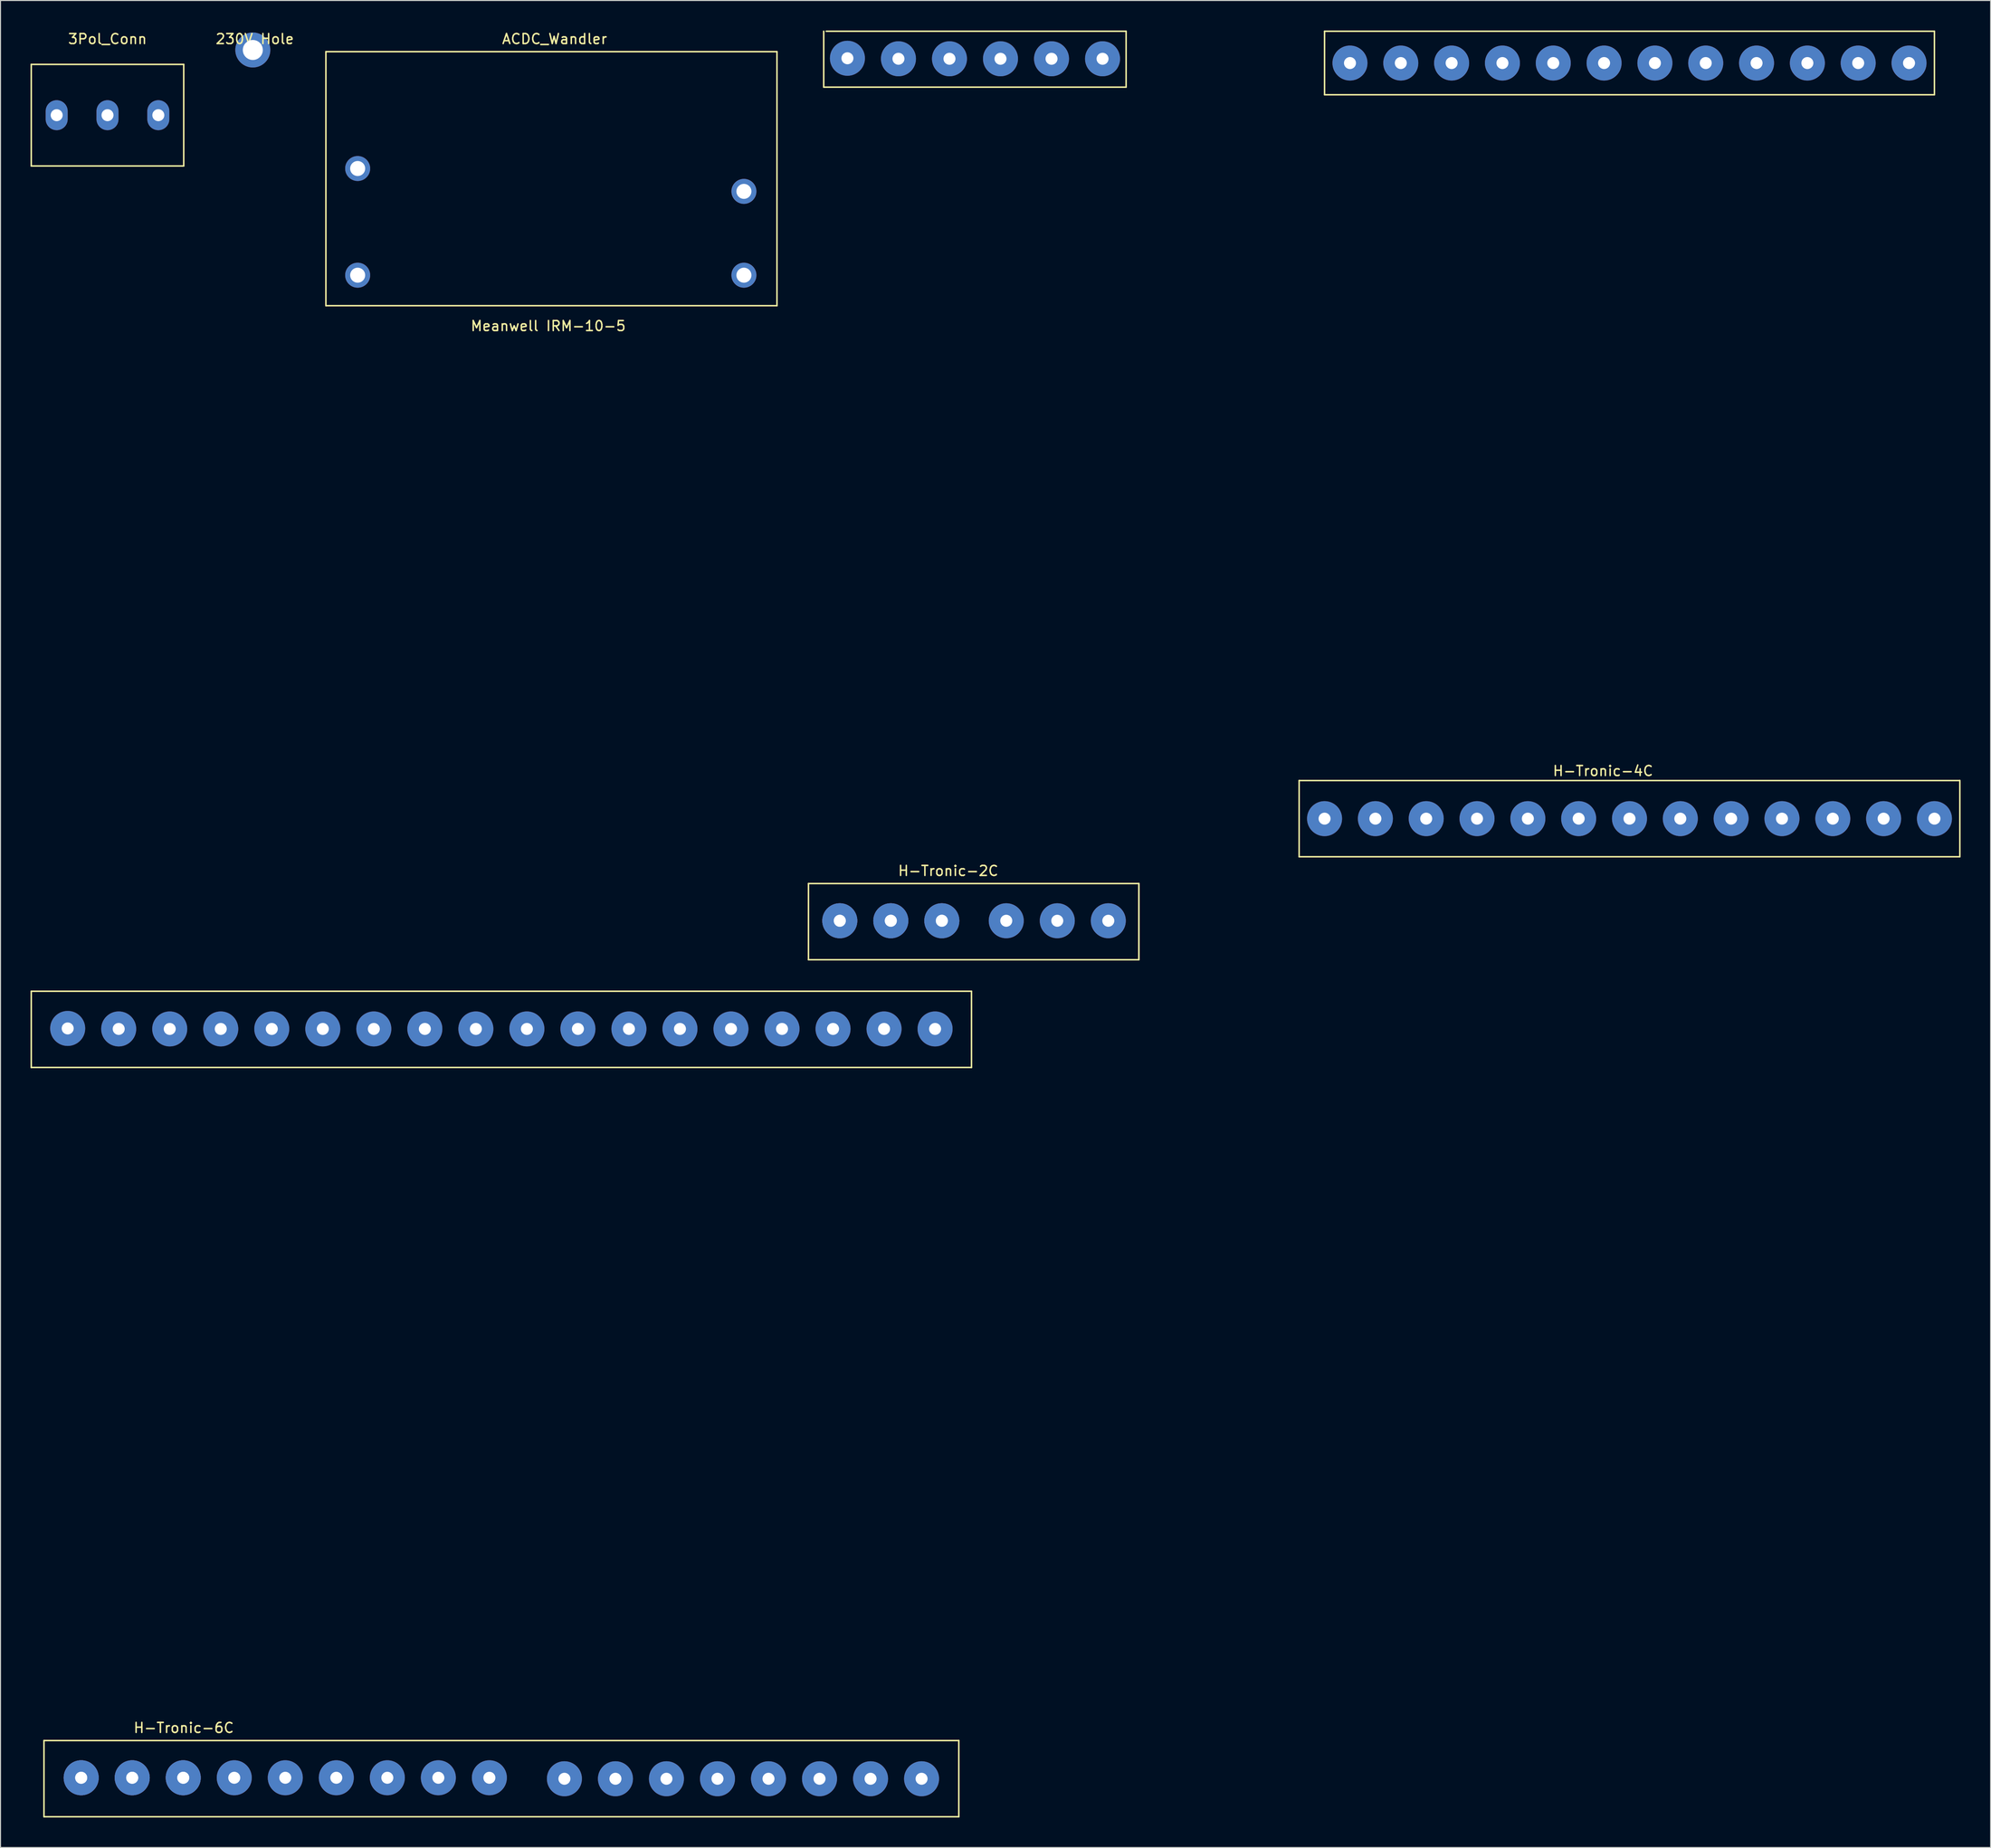
<source format=kicad_pcb>
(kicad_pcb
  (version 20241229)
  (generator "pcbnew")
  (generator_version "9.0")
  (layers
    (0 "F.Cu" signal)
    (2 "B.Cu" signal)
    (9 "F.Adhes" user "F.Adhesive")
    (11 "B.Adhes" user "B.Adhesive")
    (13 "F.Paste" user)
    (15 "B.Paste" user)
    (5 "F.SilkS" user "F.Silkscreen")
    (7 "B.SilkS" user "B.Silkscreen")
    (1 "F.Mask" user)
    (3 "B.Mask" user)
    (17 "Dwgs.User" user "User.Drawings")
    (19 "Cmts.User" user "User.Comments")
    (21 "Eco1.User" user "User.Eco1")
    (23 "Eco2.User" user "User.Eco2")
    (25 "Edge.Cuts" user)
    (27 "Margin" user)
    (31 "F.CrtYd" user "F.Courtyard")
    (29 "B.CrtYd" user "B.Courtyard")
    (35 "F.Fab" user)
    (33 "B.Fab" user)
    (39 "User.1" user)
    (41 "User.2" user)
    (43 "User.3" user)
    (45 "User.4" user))
  (footprint "ACDC_Wandler"
    (layer "F.Cu")
    (at 51.75 8.468)
    (property "Reference" "ACDC_Wandler" (at 0.635 -7.62 0) (layer "F.SilkS") (effects (font (size 1 1) (thickness 0.15))))
    (attr through_hole)
    (fp_line (start -22.225 -6.35) (end 22.86 -6.35) (stroke (width 0.15) (type solid)) (layer "F.SilkS"))
    (fp_line (start -22.225 19.05) (end -22.225 -6.35) (stroke (width 0.15) (type solid)) (layer "F.SilkS"))
    (fp_line (start 22.86 -6.35) (end 22.86 19.05) (stroke (width 0.15) (type solid)) (layer "F.SilkS"))
    (fp_line (start 22.86 19.05) (end -22.225 19.05) (stroke (width 0.15) (type solid)) (layer "F.SilkS"))
    (fp_text user "Meanwell IRM-10-5" (at 0 21.082 0) (layer "F.SilkS") (effects (font (size 1 1) (thickness 0.15))))
    (pad "1" thru_hole circle (at -19.05 16.002) (size 2.5 2.5) (drill 1.5) (layers "*.Cu" "*.Mask"))
    (pad "2" thru_hole circle (at -19.05 5.334) (size 2.5 2.5) (drill 1.5) (layers "*.Cu" "*.Mask"))
    (pad "3" thru_hole circle (at 19.558 7.62) (size 2.5 2.5) (drill 1.5) (layers "*.Cu" "*.Mask"))
    (pad "4" thru_hole circle (at 19.558 16.002) (size 2.5 2.5) (drill 1.5) (layers "*.Cu" "*.Mask")))
  (footprint "H-Tronic-6C"
    (layer "F.Cu")
    (at 47.065 137.985)
    (property "Reference" "H-Tronic-6C" (at -31.75 31.75 0) (layer "F.SilkS") (effects (font (size 1 1) (thickness 0.15))))
    (attr through_hole)
    (fp_line (start -46.99 -41.91) (end 46.99 -41.91) (stroke (width 0.15) (type solid)) (layer "F.SilkS"))
    (fp_line (start -46.99 -34.29) (end -46.99 -41.91) (stroke (width 0.15) (type solid)) (layer "F.SilkS"))
    (fp_line (start -45.72 33.02) (end -45.72 40.64) (stroke (width 0.15) (type solid)) (layer "F.SilkS"))
    (fp_line (start -45.72 40.64) (end 45.72 40.64) (stroke (width 0.15) (type solid)) (layer "F.SilkS"))
    (fp_line (start 45.72 33.02) (end -45.72 33.02) (stroke (width 0.15) (type solid)) (layer "F.SilkS"))
    (fp_line (start 45.72 40.64) (end 45.72 33.02) (stroke (width 0.15) (type solid)) (layer "F.SilkS"))
    (fp_line (start 46.99 -41.91) (end 46.99 -34.29) (stroke (width 0.15) (type solid)) (layer "F.SilkS"))
    (fp_line (start 46.99 -34.29) (end -46.99 -34.29) (stroke (width 0.15) (type solid)) (layer "F.SilkS"))
    (pad "1" thru_hole circle (at -42 36.741) (size 3.5 3.5) (drill 1.2) (layers "*.Cu" "*.Mask"))
    (pad "1" thru_hole circle (at -42 36.741) (size 3.5 3.5) (drill 1.2) (layers "*.Cu" "*.Mask"))
    (pad "2" thru_hole circle (at -36.9 36.741) (size 3.5 3.5) (drill 1.2) (layers "*.Cu" "*.Mask"))
    (pad "2" thru_hole circle (at -36.9 36.741) (size 3.5 3.5) (drill 1.2) (layers "*.Cu" "*.Mask"))
    (pad "3" thru_hole circle (at -31.8 36.741) (size 3.5 3.5) (drill 1.2) (layers "*.Cu" "*.Mask"))
    (pad "3" thru_hole circle (at -31.8 36.741) (size 3.5 3.5) (drill 1.2) (layers "*.Cu" "*.Mask"))
    (pad "4" thru_hole circle (at -26.7 36.741) (size 3.5 3.5) (drill 1.2) (layers "*.Cu" "*.Mask"))
    (pad "5" thru_hole circle (at -21.6 36.741) (size 3.5 3.5) (drill 1.2) (layers "*.Cu" "*.Mask"))
    (pad "6" thru_hole circle (at -16.5 36.741) (size 3.5 3.5) (drill 1.2) (layers "*.Cu" "*.Mask"))
    (pad "7" thru_hole circle (at -11.4 36.741) (size 3.5 3.5) (drill 1.2) (layers "*.Cu" "*.Mask"))
    (pad "8" thru_hole circle (at -6.3 36.741) (size 3.5 3.5) (drill 1.2) (layers "*.Cu" "*.Mask"))
    (pad "9" thru_hole circle (at -1.2 36.741) (size 3.5 3.5) (drill 1.2) (layers "*.Cu" "*.Mask"))
    (pad "10" thru_hole circle (at 6.3 36.841) (size 3.5 3.5) (drill 1.2) (layers "*.Cu" "*.Mask"))
    (pad "11" thru_hole circle (at 11.4 36.841) (size 3.5 3.5) (drill 1.2) (layers "*.Cu" "*.Mask"))
    (pad "12" thru_hole circle (at 16.5 36.841) (size 3.5 3.5) (drill 1.2) (layers "*.Cu" "*.Mask"))
    (pad "13" thru_hole circle (at 21.6 36.841) (size 3.5 3.5) (drill 1.2) (layers "*.Cu" "*.Mask"))
    (pad "14" thru_hole circle (at 26.7 36.841) (size 3.5 3.5) (drill 1.2) (layers "*.Cu" "*.Mask"))
    (pad "15" thru_hole circle (at 31.8 36.841) (size 3.5 3.5) (drill 1.2) (layers "*.Cu" "*.Mask"))
    (pad "16" thru_hole circle (at 36.9 36.841) (size 3.5 3.5) (drill 1.2) (layers "*.Cu" "*.Mask"))
    (pad "17" thru_hole circle (at 42 36.841) (size 3.5 3.5) (drill 1.2) (layers "*.Cu" "*.Mask"))
    (pad "18" thru_hole circle (at -43.35 -38.192) (size 3.5 3.5) (drill 1.2) (layers "*.Cu" "*.Mask"))
    (pad "19" thru_hole circle (at -38.25 -38.142) (size 3.5 3.5) (drill 1.2) (layers "*.Cu" "*.Mask"))
    (pad "20" thru_hole circle (at -33.15 -38.142) (size 3.5 3.5) (drill 1.2) (layers "*.Cu" "*.Mask"))
    (pad "21" thru_hole circle (at -28.05 -38.142) (size 3.5 3.5) (drill 1.2) (layers "*.Cu" "*.Mask"))
    (pad "22" thru_hole circle (at -22.95 -38.142) (size 3.5 3.5) (drill 1.2) (layers "*.Cu" "*.Mask"))
    (pad "23" thru_hole circle (at -17.85 -38.142) (size 3.5 3.5) (drill 1.2) (layers "*.Cu" "*.Mask"))
    (pad "24" thru_hole circle (at -12.75 -38.142) (size 3.5 3.5) (drill 1.2) (layers "*.Cu" "*.Mask"))
    (pad "25" thru_hole circle (at -7.65 -38.142) (size 3.5 3.5) (drill 1.2) (layers "*.Cu" "*.Mask"))
    (pad "26" thru_hole circle (at -2.55 -38.142) (size 3.5 3.5) (drill 1.2) (layers "*.Cu" "*.Mask"))
    (pad "27" thru_hole circle (at 2.55 -38.142) (size 3.5 3.5) (drill 1.2) (layers "*.Cu" "*.Mask"))
    (pad "28" thru_hole circle (at 7.65 -38.142) (size 3.5 3.5) (drill 1.2) (layers "*.Cu" "*.Mask"))
    (pad "29" thru_hole circle (at 12.75 -38.142) (size 3.5 3.5) (drill 1.2) (layers "*.Cu" "*.Mask"))
    (pad "30" thru_hole circle (at 17.85 -38.142) (size 3.5 3.5) (drill 1.2) (layers "*.Cu" "*.Mask"))
    (pad "31" thru_hole circle (at 22.95 -38.142) (size 3.5 3.5) (drill 1.2) (layers "*.Cu" "*.Mask"))
    (pad "32" thru_hole circle (at 28.05 -38.142) (size 3.5 3.5) (drill 1.2) (layers "*.Cu" "*.Mask"))
    (pad "33" thru_hole circle (at 33.15 -38.142) (size 3.5 3.5) (drill 1.2) (layers "*.Cu" "*.Mask"))
    (pad "34" thru_hole circle (at 38.25 -38.142) (size 3.5 3.5) (drill 1.2) (layers "*.Cu" "*.Mask"))
    (pad "35" thru_hole circle (at 43.35 -38.142) (size 3.5 3.5) (drill 1.2) (layers "*.Cu" "*.Mask")))
  (footprint "H-Tronic-2C"
    (layer "F.Cu")
    (at 123.48 41.985)
    (property "Reference" "H-Tronic-2C" (at -31.75 42.05 0) (layer "F.SilkS") (effects (font (size 1 1) (thickness 0.15))))
    (attr through_hole)
    (fp_line (start -45.72 43.32) (end -45.72 50.94) (stroke (width 0.15) (type solid)) (layer "F.SilkS"))
    (fp_line (start -45.72 43.32) (end -12.7 43.32) (stroke (width 0.15) (type solid)) (layer "F.SilkS"))
    (fp_line (start -44.196 -36.322) (end -44.196 -41.91) (stroke (width 0.15) (type solid)) (layer "F.SilkS"))
    (fp_line (start -43.942 -41.91) (end -13.97 -41.91) (stroke (width 0.15) (type solid)) (layer "F.SilkS"))
    (fp_line (start -13.97 -41.91) (end -13.97 -36.322) (stroke (width 0.15) (type solid)) (layer "F.SilkS"))
    (fp_line (start -13.97 -36.322) (end -44.196 -36.322) (stroke (width 0.15) (type solid)) (layer "F.SilkS"))
    (fp_line (start -12.7 43.32) (end -12.7 50.94) (stroke (width 0.15) (type solid)) (layer "F.SilkS"))
    (fp_line (start -12.7 43.32) (end -12.7 50.94) (stroke (width 0.15) (type solid)) (layer "F.SilkS"))
    (fp_line (start -12.7 50.94) (end -45.72 50.94) (stroke (width 0.15) (type solid)) (layer "F.SilkS"))
    (pad "1" thru_hole circle (at -42.59 47.041) (size 3.5 3.5) (drill 1.2) (layers "*.Cu" "*.Mask"))
    (pad "1" thru_hole circle (at -42.59 47.041) (size 3.5 3.5) (drill 1.2) (layers "*.Cu" "*.Mask"))
    (pad "2" thru_hole circle (at -37.49 47.041) (size 3.5 3.5) (drill 1.2) (layers "*.Cu" "*.Mask"))
    (pad "2" thru_hole circle (at -37.49 47.041) (size 3.5 3.5) (drill 1.2) (layers "*.Cu" "*.Mask"))
    (pad "3" thru_hole circle (at -32.39 47.041) (size 3.5 3.5) (drill 1.2) (layers "*.Cu" "*.Mask"))
    (pad "3" thru_hole circle (at -32.39 47.041) (size 3.5 3.5) (drill 1.2) (layers "*.Cu" "*.Mask"))
    (pad "4" thru_hole circle (at -25.95 47.041) (size 3.5 3.5) (drill 1.2) (layers "*.Cu" "*.Mask"))
    (pad "5" thru_hole circle (at -20.85 47.041) (size 3.5 3.5) (drill 1.2) (layers "*.Cu" "*.Mask"))
    (pad "6" thru_hole circle (at -15.75 47.041) (size 3.5 3.5) (drill 1.2) (layers "*.Cu" "*.Mask"))
    (pad "7" thru_hole circle (at -41.826 -39.208) (size 3.5 3.5) (drill 1.2) (layers "*.Cu" "*.Mask"))
    (pad "8" thru_hole circle (at -36.726 -39.158) (size 3.5 3.5) (drill 1.2) (layers "*.Cu" "*.Mask"))
    (pad "9" thru_hole circle (at -31.626 -39.158) (size 3.5 3.5) (drill 1.2) (layers "*.Cu" "*.Mask"))
    (pad "10" thru_hole circle (at -26.526 -39.158) (size 3.5 3.5) (drill 1.2) (layers "*.Cu" "*.Mask"))
    (pad "11" thru_hole circle (at -21.426 -39.158) (size 3.5 3.5) (drill 1.2) (layers "*.Cu" "*.Mask"))
    (pad "12" thru_hole circle (at -16.326 -39.158) (size 3.5 3.5) (drill 1.2) (layers "*.Cu" "*.Mask")))
  (footprint "H-Tronic-4C"
    (layer "F.Cu")
    (at 159.825 44.995)
    (property "Reference" "H-Tronic-4C" (at -2.65 29.05 0) (layer "F.SilkS") (effects (font (size 1 1) (thickness 0.15))))
    (attr through_hole)
    (fp_line (start -33.02 30.01) (end -33.02 37.63) (stroke (width 0.15) (type solid)) (layer "F.SilkS"))
    (fp_line (start -33.02 37.63) (end 33.02 37.63) (stroke (width 0.15) (type solid)) (layer "F.SilkS"))
    (fp_line (start -30.48 -44.92) (end 30.48 -44.92) (stroke (width 0.15) (type solid)) (layer "F.SilkS"))
    (fp_line (start -30.48 -38.57) (end -30.48 -44.92) (stroke (width 0.15) (type solid)) (layer "F.SilkS"))
    (fp_line (start 30.48 -44.92) (end 30.48 -38.57) (stroke (width 0.15) (type solid)) (layer "F.SilkS"))
    (fp_line (start 30.48 -38.57) (end -30.48 -38.57) (stroke (width 0.15) (type solid)) (layer "F.SilkS"))
    (fp_line (start 33.02 30.01) (end -33.02 30.01) (stroke (width 0.15) (type solid)) (layer "F.SilkS"))
    (fp_line (start 33.02 37.63) (end 33.02 30.01) (stroke (width 0.15) (type solid)) (layer "F.SilkS"))
    (pad "1" thru_hole circle (at -30.48 33.82) (size 3.5 3.5) (drill 1.2) (layers "*.Cu" "*.Mask"))
    (pad "2" thru_hole circle (at -25.4 33.82) (size 3.5 3.5) (drill 1.2) (layers "*.Cu" "*.Mask"))
    (pad "3" thru_hole circle (at -20.32 33.82) (size 3.5 3.5) (drill 1.2) (layers "*.Cu" "*.Mask"))
    (pad "4" thru_hole circle (at -15.24 33.82) (size 3.5 3.5) (drill 1.2) (layers "*.Cu" "*.Mask"))
    (pad "5" thru_hole circle (at -10.16 33.82) (size 3.5 3.5) (drill 1.2) (layers "*.Cu" "*.Mask"))
    (pad "6" thru_hole circle (at -5.08 33.82) (size 3.5 3.5) (drill 1.2) (layers "*.Cu" "*.Mask"))
    (pad "7" thru_hole circle (at 0 33.82) (size 3.5 3.5) (drill 1.2) (layers "*.Cu" "*.Mask"))
    (pad "8" thru_hole circle (at 5.08 33.82) (size 3.5 3.5) (drill 1.2) (layers "*.Cu" "*.Mask"))
    (pad "9" thru_hole circle (at 10.16 33.82) (size 3.5 3.5) (drill 1.2) (layers "*.Cu" "*.Mask"))
    (pad "10" thru_hole circle (at 15.24 33.82) (size 3.5 3.5) (drill 1.2) (layers "*.Cu" "*.Mask"))
    (pad "11" thru_hole circle (at 20.32 33.82) (size 3.5 3.5) (drill 1.2) (layers "*.Cu" "*.Mask"))
    (pad "12" thru_hole circle (at 25.4 33.82) (size 3.5 3.5) (drill 1.2) (layers "*.Cu" "*.Mask"))
    (pad "13" thru_hole circle (at 30.48 33.82) (size 3.5 3.5) (drill 1.2) (layers "*.Cu" "*.Mask"))
    (pad "14" thru_hole circle (at -27.94 -41.74) (size 3.5 3.5) (drill 1.2) (layers "*.Cu" "*.Mask"))
    (pad "15" thru_hole circle (at -22.86 -41.74) (size 3.5 3.5) (drill 1.2) (layers "*.Cu" "*.Mask"))
    (pad "16" thru_hole circle (at -17.78 -41.74) (size 3.5 3.5) (drill 1.2) (layers "*.Cu" "*.Mask"))
    (pad "17" thru_hole circle (at -12.7 -41.74) (size 3.5 3.5) (drill 1.2) (layers "*.Cu" "*.Mask"))
    (pad "18" thru_hole circle (at -7.62 -41.74) (size 3.5 3.5) (drill 1.2) (layers "*.Cu" "*.Mask"))
    (pad "19" thru_hole circle (at -2.54 -41.74) (size 3.5 3.5) (drill 1.2) (layers "*.Cu" "*.Mask"))
    (pad "20" thru_hole circle (at 2.54 -41.74) (size 3.5 3.5) (drill 1.2) (layers "*.Cu" "*.Mask"))
    (pad "21" thru_hole circle (at 7.62 -41.74) (size 3.5 3.5) (drill 1.2) (layers "*.Cu" "*.Mask"))
    (pad "22" thru_hole circle (at 12.7 -41.74) (size 3.5 3.5) (drill 1.2) (layers "*.Cu" "*.Mask"))
    (pad "23" thru_hole circle (at 17.78 -41.74) (size 3.5 3.5) (drill 1.2) (layers "*.Cu" "*.Mask"))
    (pad "24" thru_hole circle (at 22.86 -41.74) (size 3.5 3.5) (drill 1.2) (layers "*.Cu" "*.Mask"))
    (pad "25" thru_hole circle (at 27.94 -41.74) (size 3.5 3.5) (drill 1.2) (layers "*.Cu" "*.Mask")))
  (footprint "3Pol_Conn"
    (layer "F.Cu")
    (at 7.695 5.928)
    (property "Reference" "3Pol_Conn" (at 0 -5.08 0) (layer "F.SilkS") (effects (font (size 1 1) (thickness 0.15))))
    (attr through_hole)
    (fp_line (start -7.62 -2.54) (end 7.62 -2.54) (stroke (width 0.15) (type solid)) (layer "F.SilkS"))
    (fp_line (start -7.62 7.62) (end -7.62 -2.54) (stroke (width 0.15) (type solid)) (layer "F.SilkS"))
    (fp_line (start 7.62 -2.54) (end 7.62 7.62) (stroke (width 0.15) (type solid)) (layer "F.SilkS"))
    (fp_line (start 7.62 7.62) (end -7.62 7.62) (stroke (width 0.15) (type solid)) (layer "F.SilkS"))
    (pad "1" thru_hole oval (at -5.08 2.54) (size 2.2 3) (drill 1.2) (layers "*.Cu" "*.Mask"))
    (pad "2" thru_hole oval (at 0 2.54) (size 2.2 3) (drill 1.2) (layers "*.Cu" "*.Mask"))
    (pad "3" thru_hole oval (at 5.08 2.54) (size 2.2 3) (drill 1.2) (layers "*.Cu" "*.Mask")))
  (footprint "230V_Hole"
    (layer "F.Cu")
    (at 22.42 0.348)
    (property "Reference" "230V_Hole" (at 0 0.5 0) (layer "F.SilkS") (effects (font (size 1 1) (thickness 0.15))))
    (attr through_hole)
    (pad "1" thru_hole circle (at -0.2 1.6) (size 3.5 3.5) (drill 2) (layers "*.Cu" "*.Mask")))
  (gr_rect
    (start -3 -3)
    (end 195.92 181.7)
    (stroke (width 0.1) (type default))
    (fill no)
    (layer "Edge.Cuts")))
</source>
